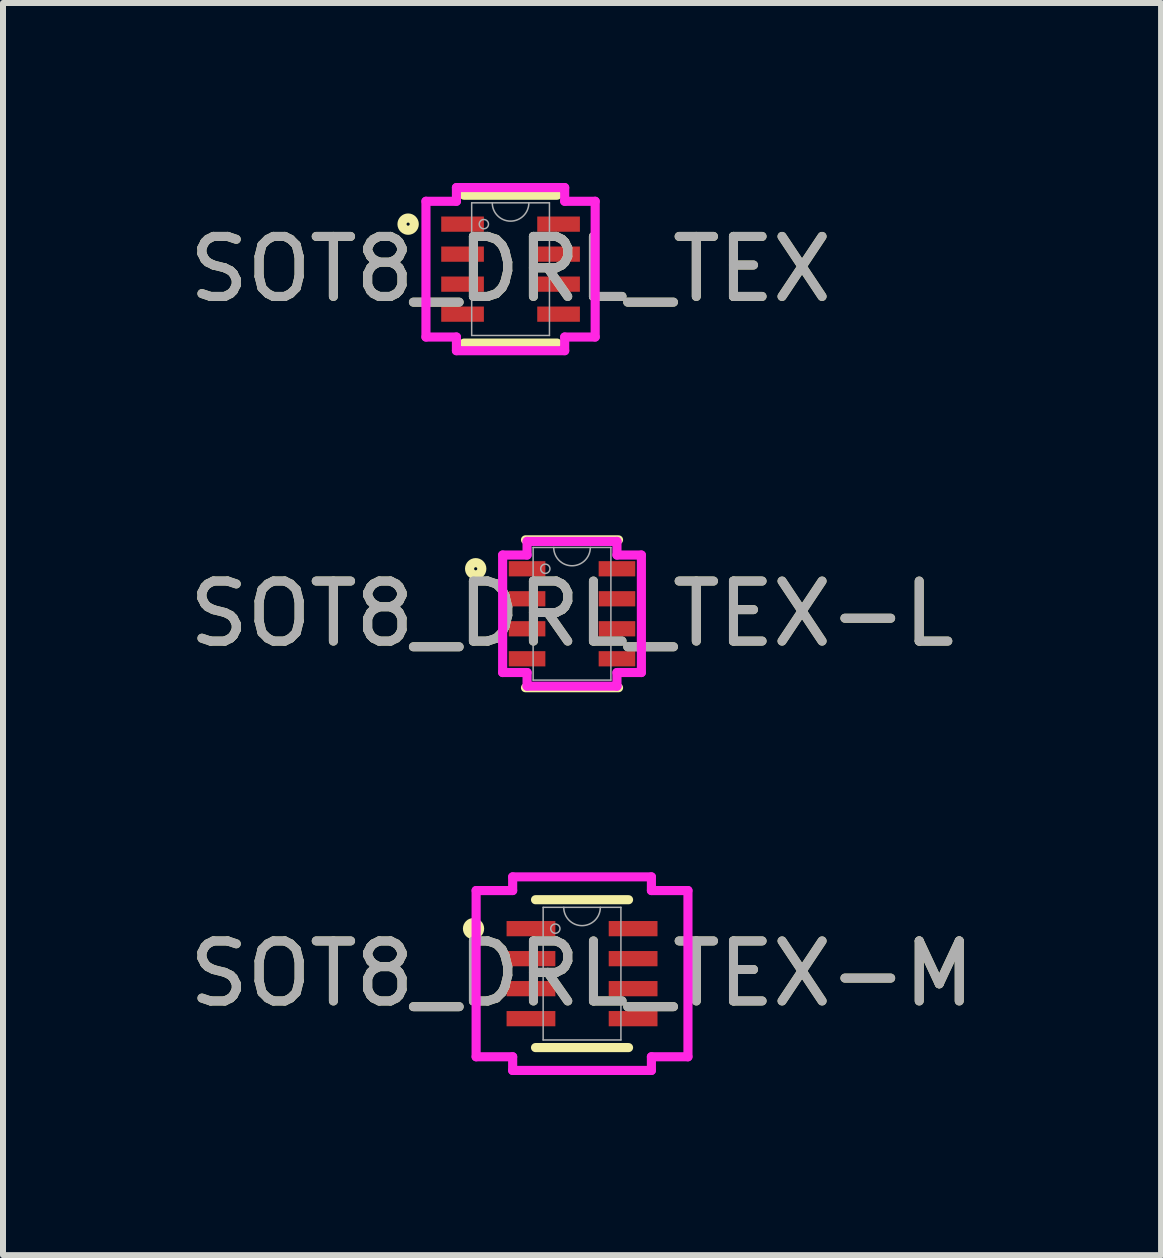
<source format=kicad_pcb>
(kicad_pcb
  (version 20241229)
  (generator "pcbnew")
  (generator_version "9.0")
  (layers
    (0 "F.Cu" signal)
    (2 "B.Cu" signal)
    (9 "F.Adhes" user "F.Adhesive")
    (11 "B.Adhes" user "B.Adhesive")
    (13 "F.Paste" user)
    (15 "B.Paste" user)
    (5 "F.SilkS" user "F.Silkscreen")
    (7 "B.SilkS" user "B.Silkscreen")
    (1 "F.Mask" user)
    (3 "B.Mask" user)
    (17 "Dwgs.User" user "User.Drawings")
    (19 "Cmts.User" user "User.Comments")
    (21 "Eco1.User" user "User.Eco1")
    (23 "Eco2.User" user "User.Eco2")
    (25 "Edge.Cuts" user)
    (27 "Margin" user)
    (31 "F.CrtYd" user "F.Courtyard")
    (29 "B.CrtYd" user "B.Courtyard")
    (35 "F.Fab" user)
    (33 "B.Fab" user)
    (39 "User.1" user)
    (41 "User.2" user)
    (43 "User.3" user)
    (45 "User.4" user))
  (footprint "SOT8_DRL_TEX"
    (layer "F.Cu")
    (at 5.458 1.435)
    (property "Reference" "SOT8_DRL_TEX" (at 0 0 0) (unlocked yes) (layer "F.SilkS") (effects (font (size 1 1) (thickness 0.15))))
    (attr smd)
    (fp_line (start -0.775 1.232) (end 0.775 1.232) (stroke (width 0.152) (type solid)) (layer "F.SilkS"))
    (fp_line (start 0.775 -1.232) (end -0.775 -1.232) (stroke (width 0.152) (type solid)) (layer "F.SilkS"))
    (fp_circle (center -1.707 -0.75) (end -1.605 -0.75) (stroke (width 0.152) (type solid)) (fill no) (layer "F.SilkS"))
    (fp_line (start -1.41 -1.131) (end -0.902 -1.131) (stroke (width 0.152) (type solid)) (layer "F.CrtYd"))
    (fp_line (start -1.41 1.131) (end -1.41 -1.131) (stroke (width 0.152) (type solid)) (layer "F.CrtYd"))
    (fp_line (start -1.41 1.131) (end -0.902 1.131) (stroke (width 0.152) (type solid)) (layer "F.CrtYd"))
    (fp_line (start -0.902 -1.359) (end 0.902 -1.359) (stroke (width 0.152) (type solid)) (layer "F.CrtYd"))
    (fp_line (start -0.902 -1.131) (end -0.902 -1.359) (stroke (width 0.152) (type solid)) (layer "F.CrtYd"))
    (fp_line (start -0.902 1.359) (end -0.902 1.131) (stroke (width 0.152) (type solid)) (layer "F.CrtYd"))
    (fp_line (start 0.902 -1.359) (end 0.902 -1.131) (stroke (width 0.152) (type solid)) (layer "F.CrtYd"))
    (fp_line (start 0.902 1.131) (end 0.902 1.359) (stroke (width 0.152) (type solid)) (layer "F.CrtYd"))
    (fp_line (start 0.902 1.359) (end -0.902 1.359) (stroke (width 0.152) (type solid)) (layer "F.CrtYd"))
    (fp_line (start 1.41 -1.131) (end 0.902 -1.131) (stroke (width 0.152) (type solid)) (layer "F.CrtYd"))
    (fp_line (start 1.41 -1.131) (end 1.41 1.131) (stroke (width 0.152) (type solid)) (layer "F.CrtYd"))
    (fp_line (start 1.41 1.131) (end 0.902 1.131) (stroke (width 0.152) (type solid)) (layer "F.CrtYd"))
    (fp_line (start -0.648 -1.105) (end -0.648 1.105) (stroke (width 0.025) (type solid)) (layer "F.Fab"))
    (fp_line (start -0.648 1.105) (end 0.648 1.105) (stroke (width 0.025) (type solid)) (layer "F.Fab"))
    (fp_line (start 0.648 -1.105) (end -0.648 -1.105) (stroke (width 0.025) (type solid)) (layer "F.Fab"))
    (fp_line (start 0.648 1.105) (end 0.648 -1.105) (stroke (width 0.025) (type solid)) (layer "F.Fab"))
    (fp_arc (start 0.3048 -1.1049) (mid 0 -0.8001) (end -0.3048 -1.1049) (stroke (width 0.0254) (type solid)) (layer "F.Fab"))
    (fp_circle (center -0.445 -0.75) (end -0.368 -0.75) (stroke (width 0.025) (type solid)) (fill no) (layer "F.Fab"))
    (fp_text user "${REFERENCE}" (at 0 0 0) (unlocked yes) (layer "F.Fab") (effects (font (size 1 1) (thickness 0.15))))
    (pad "1" smd rect (at -0.8 -0.75) (size 0.711 0.254) (layers "F.Cu" "F.Mask" "F.Paste"))
    (pad "2" smd rect (at -0.8 -0.25) (size 0.711 0.254) (layers "F.Cu" "F.Mask" "F.Paste"))
    (pad "3" smd rect (at -0.8 0.25) (size 0.711 0.254) (layers "F.Cu" "F.Mask" "F.Paste"))
    (pad "4" smd rect (at -0.8 0.75) (size 0.711 0.254) (layers "F.Cu" "F.Mask" "F.Paste"))
    (pad "5" smd rect (at 0.8 0.75) (size 0.711 0.254) (layers "F.Cu" "F.Mask" "F.Paste"))
    (pad "6" smd rect (at 0.8 0.25) (size 0.711 0.254) (layers "F.Cu" "F.Mask" "F.Paste"))
    (pad "7" smd rect (at 0.8 -0.25) (size 0.711 0.254) (layers "F.Cu" "F.Mask" "F.Paste"))
    (pad "8" smd rect (at 0.8 -0.75) (size 0.711 0.254) (layers "F.Cu" "F.Mask" "F.Paste")))
  (footprint "SOT8_DRL_TEX-L"
    (layer "F.Cu")
    (at 6.482 7.178)
    (property "Reference" "SOT8_DRL_TEX-L" (at 0 0 0) (unlocked yes) (layer "F.SilkS") (effects (font (size 1 1) (thickness 0.15))))
    (attr smd)
    (fp_line (start -0.775 1.232) (end 0.775 1.232) (stroke (width 0.152) (type solid)) (layer "F.SilkS"))
    (fp_line (start 0.775 -1.232) (end -0.775 -1.232) (stroke (width 0.152) (type solid)) (layer "F.SilkS"))
    (fp_circle (center -1.605 -0.75) (end -1.503 -0.75) (stroke (width 0.152) (type solid)) (fill no) (layer "F.SilkS"))
    (fp_line (start -1.156 -0.979) (end -0.749 -0.979) (stroke (width 0.152) (type solid)) (layer "F.CrtYd"))
    (fp_line (start -1.156 0.979) (end -1.156 -0.979) (stroke (width 0.152) (type solid)) (layer "F.CrtYd"))
    (fp_line (start -1.156 0.979) (end -0.749 0.979) (stroke (width 0.152) (type solid)) (layer "F.CrtYd"))
    (fp_line (start -0.749 -1.206) (end 0.749 -1.206) (stroke (width 0.152) (type solid)) (layer "F.CrtYd"))
    (fp_line (start -0.749 -0.979) (end -0.749 -1.206) (stroke (width 0.152) (type solid)) (layer "F.CrtYd"))
    (fp_line (start -0.749 1.206) (end -0.749 0.979) (stroke (width 0.152) (type solid)) (layer "F.CrtYd"))
    (fp_line (start 0.749 -1.206) (end 0.749 -0.979) (stroke (width 0.152) (type solid)) (layer "F.CrtYd"))
    (fp_line (start 0.749 0.979) (end 0.749 1.206) (stroke (width 0.152) (type solid)) (layer "F.CrtYd"))
    (fp_line (start 0.749 1.206) (end -0.749 1.206) (stroke (width 0.152) (type solid)) (layer "F.CrtYd"))
    (fp_line (start 1.156 -0.979) (end 0.749 -0.979) (stroke (width 0.152) (type solid)) (layer "F.CrtYd"))
    (fp_line (start 1.156 -0.979) (end 1.156 0.979) (stroke (width 0.152) (type solid)) (layer "F.CrtYd"))
    (fp_line (start 1.156 0.979) (end 0.749 0.979) (stroke (width 0.152) (type solid)) (layer "F.CrtYd"))
    (fp_line (start -0.648 -1.105) (end -0.648 1.105) (stroke (width 0.025) (type solid)) (layer "F.Fab"))
    (fp_line (start -0.648 1.105) (end 0.648 1.105) (stroke (width 0.025) (type solid)) (layer "F.Fab"))
    (fp_line (start 0.648 -1.105) (end -0.648 -1.105) (stroke (width 0.025) (type solid)) (layer "F.Fab"))
    (fp_line (start 0.648 1.105) (end 0.648 -1.105) (stroke (width 0.025) (type solid)) (layer "F.Fab"))
    (fp_arc (start 0.3048 -1.1049) (mid 0 -0.8001) (end -0.3048 -1.1049) (stroke (width 0.0254) (type solid)) (layer "F.Fab"))
    (fp_circle (center -0.445 -0.75) (end -0.368 -0.75) (stroke (width 0.025) (type solid)) (fill no) (layer "F.Fab"))
    (fp_text user "${REFERENCE}" (at 0 0 0) (unlocked yes) (layer "F.Fab") (effects (font (size 1 1) (thickness 0.15))))
    (pad "1" smd rect (at -0.749 -0.75) (size 0.61 0.254) (layers "F.Cu" "F.Mask" "F.Paste"))
    (pad "2" smd rect (at -0.749 -0.25) (size 0.61 0.254) (layers "F.Cu" "F.Mask" "F.Paste"))
    (pad "3" smd rect (at -0.749 0.25) (size 0.61 0.254) (layers "F.Cu" "F.Mask" "F.Paste"))
    (pad "4" smd rect (at -0.749 0.75) (size 0.61 0.254) (layers "F.Cu" "F.Mask" "F.Paste"))
    (pad "5" smd rect (at 0.749 0.75) (size 0.61 0.254) (layers "F.Cu" "F.Mask" "F.Paste"))
    (pad "6" smd rect (at 0.749 0.25) (size 0.61 0.254) (layers "F.Cu" "F.Mask" "F.Paste"))
    (pad "7" smd rect (at 0.749 -0.25) (size 0.61 0.254) (layers "F.Cu" "F.Mask" "F.Paste"))
    (pad "8" smd rect (at 0.749 -0.75) (size 0.61 0.254) (layers "F.Cu" "F.Mask" "F.Paste")))
  (footprint "SOT8_DRL_TEX-M"
    (layer "F.Cu")
    (at 6.649 13.175)
    (property "Reference" "SOT8_DRL_TEX-M" (at 0 0 0) (unlocked yes) (layer "F.SilkS") (effects (font (size 1 1) (thickness 0.15))))
    (attr smd)
    (fp_line (start -0.775 1.232) (end 0.775 1.232) (stroke (width 0.152) (type solid)) (layer "F.SilkS"))
    (fp_line (start 0.775 -1.232) (end -0.775 -1.232) (stroke (width 0.152) (type solid)) (layer "F.SilkS"))
    (fp_circle (center -1.808 -0.75) (end -1.707 -0.75) (stroke (width 0.152) (type solid)) (fill no) (layer "F.SilkS"))
    (fp_line (start -1.765 -1.385) (end -1.156 -1.385) (stroke (width 0.152) (type solid)) (layer "F.CrtYd"))
    (fp_line (start -1.765 1.385) (end -1.765 -1.385) (stroke (width 0.152) (type solid)) (layer "F.CrtYd"))
    (fp_line (start -1.765 1.385) (end -1.156 1.385) (stroke (width 0.152) (type solid)) (layer "F.CrtYd"))
    (fp_line (start -1.156 -1.613) (end 1.156 -1.613) (stroke (width 0.152) (type solid)) (layer "F.CrtYd"))
    (fp_line (start -1.156 -1.385) (end -1.156 -1.613) (stroke (width 0.152) (type solid)) (layer "F.CrtYd"))
    (fp_line (start -1.156 1.613) (end -1.156 1.385) (stroke (width 0.152) (type solid)) (layer "F.CrtYd"))
    (fp_line (start 1.156 -1.613) (end 1.156 -1.385) (stroke (width 0.152) (type solid)) (layer "F.CrtYd"))
    (fp_line (start 1.156 1.385) (end 1.156 1.613) (stroke (width 0.152) (type solid)) (layer "F.CrtYd"))
    (fp_line (start 1.156 1.613) (end -1.156 1.613) (stroke (width 0.152) (type solid)) (layer "F.CrtYd"))
    (fp_line (start 1.765 -1.385) (end 1.156 -1.385) (stroke (width 0.152) (type solid)) (layer "F.CrtYd"))
    (fp_line (start 1.765 -1.385) (end 1.765 1.385) (stroke (width 0.152) (type solid)) (layer "F.CrtYd"))
    (fp_line (start 1.765 1.385) (end 1.156 1.385) (stroke (width 0.152) (type solid)) (layer "F.CrtYd"))
    (fp_line (start -0.648 -1.105) (end -0.648 1.105) (stroke (width 0.025) (type solid)) (layer "F.Fab"))
    (fp_line (start -0.648 1.105) (end 0.648 1.105) (stroke (width 0.025) (type solid)) (layer "F.Fab"))
    (fp_line (start 0.648 -1.105) (end -0.648 -1.105) (stroke (width 0.025) (type solid)) (layer "F.Fab"))
    (fp_line (start 0.648 1.105) (end 0.648 -1.105) (stroke (width 0.025) (type solid)) (layer "F.Fab"))
    (fp_arc (start 0.3048 -1.1049) (mid 0 -0.8001) (end -0.3048 -1.1049) (stroke (width 0.0254) (type solid)) (layer "F.Fab"))
    (fp_circle (center -0.445 -0.75) (end -0.368 -0.75) (stroke (width 0.025) (type solid)) (fill no) (layer "F.Fab"))
    (fp_text user "${REFERENCE}" (at 0 0 0) (unlocked yes) (layer "F.Fab") (effects (font (size 1 1) (thickness 0.15))))
    (pad "1" smd rect (at -0.851 -0.75) (size 0.813 0.254) (layers "F.Cu" "F.Mask" "F.Paste"))
    (pad "2" smd rect (at -0.851 -0.25) (size 0.813 0.254) (layers "F.Cu" "F.Mask" "F.Paste"))
    (pad "3" smd rect (at -0.851 0.25) (size 0.813 0.254) (layers "F.Cu" "F.Mask" "F.Paste"))
    (pad "4" smd rect (at -0.851 0.75) (size 0.813 0.254) (layers "F.Cu" "F.Mask" "F.Paste"))
    (pad "5" smd rect (at 0.851 0.75) (size 0.813 0.254) (layers "F.Cu" "F.Mask" "F.Paste"))
    (pad "6" smd rect (at 0.851 0.25) (size 0.813 0.254) (layers "F.Cu" "F.Mask" "F.Paste"))
    (pad "7" smd rect (at 0.851 -0.25) (size 0.813 0.254) (layers "F.Cu" "F.Mask" "F.Paste"))
    (pad "8" smd rect (at 0.851 -0.75) (size 0.813 0.254) (layers "F.Cu" "F.Mask" "F.Paste")))
  (gr_rect
    (start -3 -3)
    (end 16.298 17.865)
    (stroke (width 0.1) (type default))
    (fill no)
    (layer "Edge.Cuts")))
</source>
